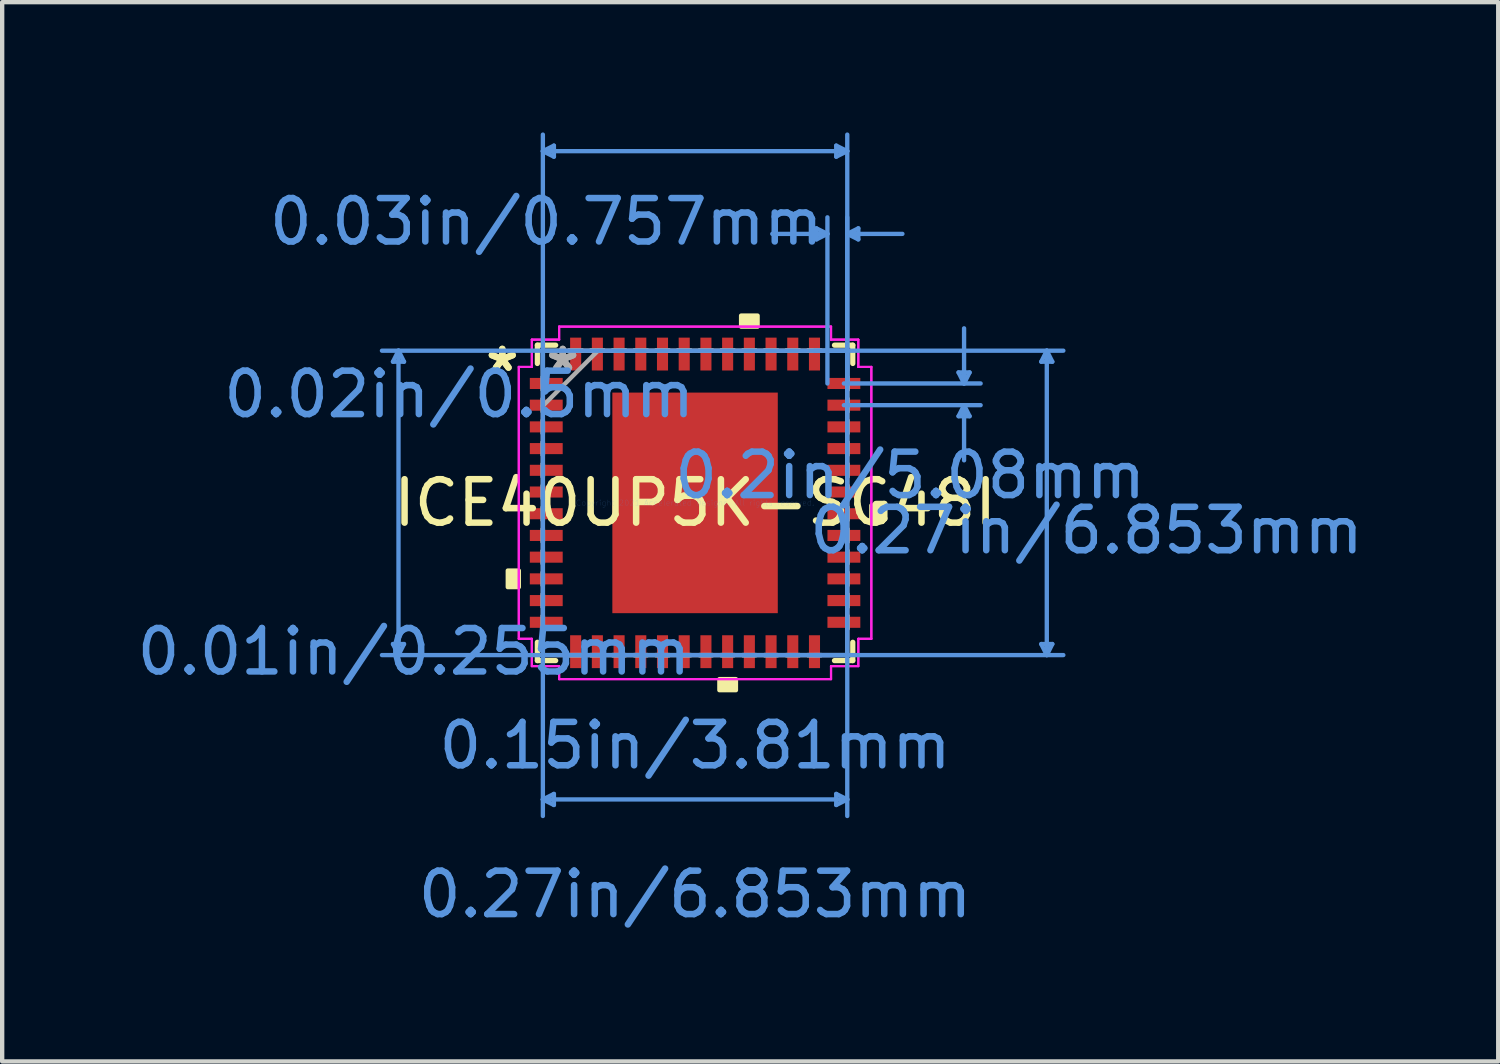
<source format=kicad_pcb>
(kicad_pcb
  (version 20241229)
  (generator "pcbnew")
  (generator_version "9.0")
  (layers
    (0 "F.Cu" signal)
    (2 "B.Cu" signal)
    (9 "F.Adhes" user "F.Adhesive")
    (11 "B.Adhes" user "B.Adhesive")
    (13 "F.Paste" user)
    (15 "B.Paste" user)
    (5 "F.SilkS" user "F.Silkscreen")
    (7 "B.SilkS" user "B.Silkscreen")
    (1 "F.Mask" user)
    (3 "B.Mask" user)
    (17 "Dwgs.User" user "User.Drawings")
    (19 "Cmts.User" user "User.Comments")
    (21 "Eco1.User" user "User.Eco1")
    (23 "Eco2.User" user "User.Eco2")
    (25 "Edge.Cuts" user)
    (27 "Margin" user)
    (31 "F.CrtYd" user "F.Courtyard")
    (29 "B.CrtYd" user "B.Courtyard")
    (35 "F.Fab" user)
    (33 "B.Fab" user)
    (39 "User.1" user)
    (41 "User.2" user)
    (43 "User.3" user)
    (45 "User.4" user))
  (footprint "ICE40UP5K-SG48I"
    (layer "F.Cu")
    (at 12.957 8.531)
    (property "Reference" "ICE40UP5K-SG48I" (at 0 0 0) (layer "F.SilkS") (effects (font (size 1 1) (thickness 0.15))))
    (attr through_hole)
    (fp_line (start -3.632 -3.632) (end -3.632 -3.21) (stroke (width 0.12) (type solid)) (layer "F.SilkS"))
    (fp_line (start -3.632 3.21) (end -3.632 3.632) (stroke (width 0.12) (type solid)) (layer "F.SilkS"))
    (fp_line (start -3.632 3.632) (end -3.21 3.632) (stroke (width 0.12) (type solid)) (layer "F.SilkS"))
    (fp_line (start -3.21 -3.632) (end -3.632 -3.632) (stroke (width 0.12) (type solid)) (layer "F.SilkS"))
    (fp_line (start 3.21 3.632) (end 3.632 3.632) (stroke (width 0.12) (type solid)) (layer "F.SilkS"))
    (fp_line (start 3.632 -3.632) (end 3.21 -3.632) (stroke (width 0.12) (type solid)) (layer "F.SilkS"))
    (fp_line (start 3.632 -3.21) (end 3.632 -3.632) (stroke (width 0.12) (type solid)) (layer "F.SilkS"))
    (fp_line (start 3.632 3.632) (end 3.632 3.21) (stroke (width 0.12) (type solid)) (layer "F.SilkS"))
    (fp_poly (pts (xy -4.313 1.559) (xy -4.313 1.94) (xy -4.059 1.94) (xy -4.059 1.559)) (stroke (width 0.1) (type solid)) (fill yes) (layer "F.SilkS"))
    (fp_poly (pts (xy 0.56 4.059) (xy 0.56 4.313) (xy 0.941 4.313) (xy 0.941 4.059)) (stroke (width 0.1) (type solid)) (fill yes) (layer "F.SilkS"))
    (fp_poly (pts (xy 1.06 -4.059) (xy 1.06 -4.313) (xy 1.44 -4.313) (xy 1.44 -4.059)) (stroke (width 0.1) (type solid)) (fill yes) (layer "F.SilkS"))
    (fp_poly (pts (xy 4.313 0.059) (xy 4.313 0.441) (xy 4.059 0.441) (xy 4.059 0.059)) (stroke (width 0.1) (type solid)) (fill yes) (layer "F.SilkS"))
    (fp_poly (pts (xy -1.805 -2.44) (xy -1.805 -1.37) (xy -0.735 -1.37) (xy -0.735 -2.44)) (stroke (width 0.1) (type solid)) (fill yes) (layer "F.Paste"))
    (fp_poly (pts (xy -1.805 -1.17) (xy -1.805 -0.1) (xy -0.735 -0.1) (xy -0.735 -1.17)) (stroke (width 0.1) (type solid)) (fill yes) (layer "F.Paste"))
    (fp_poly (pts (xy -1.805 0.1) (xy -1.805 1.17) (xy -0.735 1.17) (xy -0.735 0.1)) (stroke (width 0.1) (type solid)) (fill yes) (layer "F.Paste"))
    (fp_poly (pts (xy -1.805 1.37) (xy -1.805 2.44) (xy -0.735 2.44) (xy -0.735 1.37)) (stroke (width 0.1) (type solid)) (fill yes) (layer "F.Paste"))
    (fp_poly (pts (xy -0.535 -2.44) (xy -0.535 -1.37) (xy 0.535 -1.37) (xy 0.535 -2.44)) (stroke (width 0.1) (type solid)) (fill yes) (layer "F.Paste"))
    (fp_poly (pts (xy -0.535 -1.17) (xy -0.535 -0.1) (xy 0.535 -0.1) (xy 0.535 -1.17)) (stroke (width 0.1) (type solid)) (fill yes) (layer "F.Paste"))
    (fp_poly (pts (xy -0.535 0.1) (xy -0.535 1.17) (xy 0.535 1.17) (xy 0.535 0.1)) (stroke (width 0.1) (type solid)) (fill yes) (layer "F.Paste"))
    (fp_poly (pts (xy -0.535 1.37) (xy -0.535 2.44) (xy 0.535 2.44) (xy 0.535 1.37)) (stroke (width 0.1) (type solid)) (fill yes) (layer "F.Paste"))
    (fp_poly (pts (xy 0.735 -2.44) (xy 0.735 -1.37) (xy 1.805 -1.37) (xy 1.805 -2.44)) (stroke (width 0.1) (type solid)) (fill yes) (layer "F.Paste"))
    (fp_poly (pts (xy 0.735 -1.17) (xy 0.735 -0.1) (xy 1.805 -0.1) (xy 1.805 -1.17)) (stroke (width 0.1) (type solid)) (fill yes) (layer "F.Paste"))
    (fp_poly (pts (xy 0.735 0.1) (xy 0.735 1.17) (xy 1.805 1.17) (xy 1.805 0.1)) (stroke (width 0.1) (type solid)) (fill yes) (layer "F.Paste"))
    (fp_poly (pts (xy 0.735 1.37) (xy 0.735 2.44) (xy 1.805 2.44) (xy 1.805 1.37)) (stroke (width 0.1) (type solid)) (fill yes) (layer "F.Paste"))
    (fp_line (start -6.957 -3.251) (end -6.703 -3.251) (stroke (width 0.1) (type solid)) (layer "Cmts.User"))
    (fp_line (start -6.957 3.251) (end -6.703 3.251) (stroke (width 0.1) (type solid)) (layer "Cmts.User"))
    (fp_line (start -6.83 -3.505) (end -6.957 -3.251) (stroke (width 0.1) (type solid)) (layer "Cmts.User"))
    (fp_line (start -6.83 -3.505) (end -6.83 3.505) (stroke (width 0.1) (type solid)) (layer "Cmts.User"))
    (fp_line (start -6.83 -3.505) (end -6.703 -3.251) (stroke (width 0.1) (type solid)) (layer "Cmts.User"))
    (fp_line (start -6.83 3.505) (end -6.957 3.251) (stroke (width 0.1) (type solid)) (layer "Cmts.User"))
    (fp_line (start -6.83 3.505) (end -6.703 3.251) (stroke (width 0.1) (type solid)) (layer "Cmts.User"))
    (fp_line (start -3.505 -8.1) (end -3.251 -8.227) (stroke (width 0.1) (type solid)) (layer "Cmts.User"))
    (fp_line (start -3.505 -8.1) (end -3.251 -7.973) (stroke (width 0.1) (type solid)) (layer "Cmts.User"))
    (fp_line (start -3.505 -8.1) (end 3.505 -8.1) (stroke (width 0.1) (type solid)) (layer "Cmts.User"))
    (fp_line (start -3.505 -3.505) (end -3.505 7.211) (stroke (width 0.1) (type solid)) (layer "Cmts.User"))
    (fp_line (start -3.505 -2.75) (end -3.505 -8.481) (stroke (width 0.1) (type solid)) (layer "Cmts.User"))
    (fp_line (start -3.505 6.83) (end -3.251 6.703) (stroke (width 0.1) (type solid)) (layer "Cmts.User"))
    (fp_line (start -3.505 6.83) (end -3.251 6.957) (stroke (width 0.1) (type solid)) (layer "Cmts.User"))
    (fp_line (start -3.505 6.83) (end 3.505 6.83) (stroke (width 0.1) (type solid)) (layer "Cmts.User"))
    (fp_line (start -3.251 -8.227) (end -3.251 -7.973) (stroke (width 0.1) (type solid)) (layer "Cmts.User"))
    (fp_line (start -3.251 6.703) (end -3.251 6.957) (stroke (width 0.1) (type solid)) (layer "Cmts.User"))
    (fp_line (start 2.75 -3.505) (end 8.481 -3.505) (stroke (width 0.1) (type solid)) (layer "Cmts.User"))
    (fp_line (start 2.75 3.505) (end 8.481 3.505) (stroke (width 0.1) (type solid)) (layer "Cmts.User"))
    (fp_line (start 2.794 -6.322) (end 2.794 -6.068) (stroke (width 0.1) (type solid)) (layer "Cmts.User"))
    (fp_line (start 3.048 -6.195) (end 1.778 -6.195) (stroke (width 0.1) (type solid)) (layer "Cmts.User"))
    (fp_line (start 3.048 -6.195) (end 2.794 -6.322) (stroke (width 0.1) (type solid)) (layer "Cmts.User"))
    (fp_line (start 3.048 -6.195) (end 2.794 -6.068) (stroke (width 0.1) (type solid)) (layer "Cmts.User"))
    (fp_line (start 3.048 -2.75) (end 3.048 -6.576) (stroke (width 0.1) (type solid)) (layer "Cmts.User"))
    (fp_line (start 3.251 -8.227) (end 3.251 -7.973) (stroke (width 0.1) (type solid)) (layer "Cmts.User"))
    (fp_line (start 3.251 6.703) (end 3.251 6.957) (stroke (width 0.1) (type solid)) (layer "Cmts.User"))
    (fp_line (start 3.427 -2.75) (end 6.576 -2.75) (stroke (width 0.1) (type solid)) (layer "Cmts.User"))
    (fp_line (start 3.427 -2.25) (end 6.576 -2.25) (stroke (width 0.1) (type solid)) (layer "Cmts.User"))
    (fp_line (start 3.505 -8.1) (end 3.251 -8.227) (stroke (width 0.1) (type solid)) (layer "Cmts.User"))
    (fp_line (start 3.505 -8.1) (end 3.251 -7.973) (stroke (width 0.1) (type solid)) (layer "Cmts.User"))
    (fp_line (start 3.505 -6.195) (end 3.759 -6.322) (stroke (width 0.1) (type solid)) (layer "Cmts.User"))
    (fp_line (start 3.505 -6.195) (end 3.759 -6.068) (stroke (width 0.1) (type solid)) (layer "Cmts.User"))
    (fp_line (start 3.505 -6.195) (end 4.775 -6.195) (stroke (width 0.1) (type solid)) (layer "Cmts.User"))
    (fp_line (start 3.505 -3.505) (end -7.211 -3.505) (stroke (width 0.1) (type solid)) (layer "Cmts.User"))
    (fp_line (start 3.505 -3.505) (end 3.505 7.211) (stroke (width 0.1) (type solid)) (layer "Cmts.User"))
    (fp_line (start 3.505 -2.75) (end 3.505 -8.481) (stroke (width 0.1) (type solid)) (layer "Cmts.User"))
    (fp_line (start 3.505 -2.75) (end 3.505 -6.576) (stroke (width 0.1) (type solid)) (layer "Cmts.User"))
    (fp_line (start 3.505 3.505) (end -7.211 3.505) (stroke (width 0.1) (type solid)) (layer "Cmts.User"))
    (fp_line (start 3.505 6.83) (end 3.251 6.703) (stroke (width 0.1) (type solid)) (layer "Cmts.User"))
    (fp_line (start 3.505 6.83) (end 3.251 6.957) (stroke (width 0.1) (type solid)) (layer "Cmts.User"))
    (fp_line (start 3.759 -6.322) (end 3.759 -6.068) (stroke (width 0.1) (type solid)) (layer "Cmts.User"))
    (fp_line (start 6.068 -3.004) (end 6.322 -3.004) (stroke (width 0.1) (type solid)) (layer "Cmts.User"))
    (fp_line (start 6.068 -1.996) (end 6.322 -1.996) (stroke (width 0.1) (type solid)) (layer "Cmts.User"))
    (fp_line (start 6.195 -2.75) (end 6.068 -3.004) (stroke (width 0.1) (type solid)) (layer "Cmts.User"))
    (fp_line (start 6.195 -2.75) (end 6.195 -4.02) (stroke (width 0.1) (type solid)) (layer "Cmts.User"))
    (fp_line (start 6.195 -2.75) (end 6.322 -3.004) (stroke (width 0.1) (type solid)) (layer "Cmts.User"))
    (fp_line (start 6.195 -2.25) (end 6.068 -1.996) (stroke (width 0.1) (type solid)) (layer "Cmts.User"))
    (fp_line (start 6.195 -2.25) (end 6.195 -0.98) (stroke (width 0.1) (type solid)) (layer "Cmts.User"))
    (fp_line (start 6.195 -2.25) (end 6.322 -1.996) (stroke (width 0.1) (type solid)) (layer "Cmts.User"))
    (fp_line (start 7.973 -3.251) (end 8.227 -3.251) (stroke (width 0.1) (type solid)) (layer "Cmts.User"))
    (fp_line (start 7.973 3.251) (end 8.227 3.251) (stroke (width 0.1) (type solid)) (layer "Cmts.User"))
    (fp_line (start 8.1 -3.505) (end 7.973 -3.251) (stroke (width 0.1) (type solid)) (layer "Cmts.User"))
    (fp_line (start 8.1 -3.505) (end 8.1 3.505) (stroke (width 0.1) (type solid)) (layer "Cmts.User"))
    (fp_line (start 8.1 -3.505) (end 8.227 -3.251) (stroke (width 0.1) (type solid)) (layer "Cmts.User"))
    (fp_line (start 8.1 3.505) (end 7.973 3.251) (stroke (width 0.1) (type solid)) (layer "Cmts.User"))
    (fp_line (start 8.1 3.505) (end 8.227 3.251) (stroke (width 0.1) (type solid)) (layer "Cmts.User"))
    (fp_line (start -4.059 -3.131) (end -3.759 -3.131) (stroke (width 0.05) (type solid)) (layer "F.CrtYd"))
    (fp_line (start -4.059 -3.131) (end -3.759 -3.131) (stroke (width 0.05) (type solid)) (layer "F.CrtYd"))
    (fp_line (start -4.059 3.131) (end -4.059 -3.131) (stroke (width 0.05) (type solid)) (layer "F.CrtYd"))
    (fp_line (start -4.059 3.131) (end -4.059 -3.131) (stroke (width 0.05) (type solid)) (layer "F.CrtYd"))
    (fp_line (start -3.759 -3.759) (end -3.131 -3.759) (stroke (width 0.05) (type solid)) (layer "F.CrtYd"))
    (fp_line (start -3.759 -3.759) (end -3.131 -3.759) (stroke (width 0.05) (type solid)) (layer "F.CrtYd"))
    (fp_line (start -3.759 -3.131) (end -3.759 -3.759) (stroke (width 0.05) (type solid)) (layer "F.CrtYd"))
    (fp_line (start -3.759 -3.131) (end -3.759 -3.759) (stroke (width 0.05) (type solid)) (layer "F.CrtYd"))
    (fp_line (start -3.759 3.131) (end -4.059 3.131) (stroke (width 0.05) (type solid)) (layer "F.CrtYd"))
    (fp_line (start -3.759 3.131) (end -4.059 3.131) (stroke (width 0.05) (type solid)) (layer "F.CrtYd"))
    (fp_line (start -3.759 3.759) (end -3.759 3.131) (stroke (width 0.05) (type solid)) (layer "F.CrtYd"))
    (fp_line (start -3.759 3.759) (end -3.759 3.131) (stroke (width 0.05) (type solid)) (layer "F.CrtYd"))
    (fp_line (start -3.131 -4.059) (end 3.131 -4.059) (stroke (width 0.05) (type solid)) (layer "F.CrtYd"))
    (fp_line (start -3.131 -4.059) (end 3.131 -4.059) (stroke (width 0.05) (type solid)) (layer "F.CrtYd"))
    (fp_line (start -3.131 -3.759) (end -3.131 -4.059) (stroke (width 0.05) (type solid)) (layer "F.CrtYd"))
    (fp_line (start -3.131 -3.759) (end -3.131 -4.059) (stroke (width 0.05) (type solid)) (layer "F.CrtYd"))
    (fp_line (start -3.131 3.759) (end -3.759 3.759) (stroke (width 0.05) (type solid)) (layer "F.CrtYd"))
    (fp_line (start -3.131 3.759) (end -3.759 3.759) (stroke (width 0.05) (type solid)) (layer "F.CrtYd"))
    (fp_line (start -3.131 4.059) (end -3.131 3.759) (stroke (width 0.05) (type solid)) (layer "F.CrtYd"))
    (fp_line (start -3.131 4.059) (end -3.131 3.759) (stroke (width 0.05) (type solid)) (layer "F.CrtYd"))
    (fp_line (start 3.131 -4.059) (end 3.131 -3.759) (stroke (width 0.05) (type solid)) (layer "F.CrtYd"))
    (fp_line (start 3.131 -4.059) (end 3.131 -3.759) (stroke (width 0.05) (type solid)) (layer "F.CrtYd"))
    (fp_line (start 3.131 -3.759) (end 3.759 -3.759) (stroke (width 0.05) (type solid)) (layer "F.CrtYd"))
    (fp_line (start 3.131 -3.759) (end 3.759 -3.759) (stroke (width 0.05) (type solid)) (layer "F.CrtYd"))
    (fp_line (start 3.131 3.759) (end 3.131 4.059) (stroke (width 0.05) (type solid)) (layer "F.CrtYd"))
    (fp_line (start 3.131 3.759) (end 3.131 4.059) (stroke (width 0.05) (type solid)) (layer "F.CrtYd"))
    (fp_line (start 3.131 4.059) (end -3.131 4.059) (stroke (width 0.05) (type solid)) (layer "F.CrtYd"))
    (fp_line (start 3.131 4.059) (end -3.131 4.059) (stroke (width 0.05) (type solid)) (layer "F.CrtYd"))
    (fp_line (start 3.759 -3.759) (end 3.759 -3.131) (stroke (width 0.05) (type solid)) (layer "F.CrtYd"))
    (fp_line (start 3.759 -3.759) (end 3.759 -3.131) (stroke (width 0.05) (type solid)) (layer "F.CrtYd"))
    (fp_line (start 3.759 -3.131) (end 4.059 -3.131) (stroke (width 0.05) (type solid)) (layer "F.CrtYd"))
    (fp_line (start 3.759 -3.131) (end 4.059 -3.131) (stroke (width 0.05) (type solid)) (layer "F.CrtYd"))
    (fp_line (start 3.759 3.131) (end 3.759 3.759) (stroke (width 0.05) (type solid)) (layer "F.CrtYd"))
    (fp_line (start 3.759 3.131) (end 3.759 3.759) (stroke (width 0.05) (type solid)) (layer "F.CrtYd"))
    (fp_line (start 3.759 3.759) (end 3.131 3.759) (stroke (width 0.05) (type solid)) (layer "F.CrtYd"))
    (fp_line (start 3.759 3.759) (end 3.131 3.759) (stroke (width 0.05) (type solid)) (layer "F.CrtYd"))
    (fp_line (start 4.059 -3.131) (end 4.059 3.131) (stroke (width 0.05) (type solid)) (layer "F.CrtYd"))
    (fp_line (start 4.059 -3.131) (end 4.059 3.131) (stroke (width 0.05) (type solid)) (layer "F.CrtYd"))
    (fp_line (start 4.059 3.131) (end 3.759 3.131) (stroke (width 0.05) (type solid)) (layer "F.CrtYd"))
    (fp_line (start 4.059 3.131) (end 3.759 3.131) (stroke (width 0.05) (type solid)) (layer "F.CrtYd"))
    (fp_line (start -3.505 -3.505) (end -3.505 -3.505) (stroke (width 0.1) (type solid)) (layer "F.Fab"))
    (fp_line (start -3.505 -3.505) (end -3.505 3.505) (stroke (width 0.1) (type solid)) (layer "F.Fab"))
    (fp_line (start -3.505 -2.902) (end -3.505 -2.902) (stroke (width 0.1) (type solid)) (layer "F.Fab"))
    (fp_line (start -3.505 -2.902) (end -3.505 -2.598) (stroke (width 0.1) (type solid)) (layer "F.Fab"))
    (fp_line (start -3.505 -2.598) (end -3.505 -2.902) (stroke (width 0.1) (type solid)) (layer "F.Fab"))
    (fp_line (start -3.505 -2.598) (end -3.505 -2.598) (stroke (width 0.1) (type solid)) (layer "F.Fab"))
    (fp_line (start -3.505 -2.402) (end -3.505 -2.402) (stroke (width 0.1) (type solid)) (layer "F.Fab"))
    (fp_line (start -3.505 -2.402) (end -3.505 -2.098) (stroke (width 0.1) (type solid)) (layer "F.Fab"))
    (fp_line (start -3.505 -2.235) (end -2.235 -3.505) (stroke (width 0.1) (type solid)) (layer "F.Fab"))
    (fp_line (start -3.505 -2.098) (end -3.505 -2.402) (stroke (width 0.1) (type solid)) (layer "F.Fab"))
    (fp_line (start -3.505 -2.098) (end -3.505 -2.098) (stroke (width 0.1) (type solid)) (layer "F.Fab"))
    (fp_line (start -3.505 -1.902) (end -3.505 -1.902) (stroke (width 0.1) (type solid)) (layer "F.Fab"))
    (fp_line (start -3.505 -1.902) (end -3.505 -1.598) (stroke (width 0.1) (type solid)) (layer "F.Fab"))
    (fp_line (start -3.505 -1.598) (end -3.505 -1.902) (stroke (width 0.1) (type solid)) (layer "F.Fab"))
    (fp_line (start -3.505 -1.598) (end -3.505 -1.598) (stroke (width 0.1) (type solid)) (layer "F.Fab"))
    (fp_line (start -3.505 -1.402) (end -3.505 -1.402) (stroke (width 0.1) (type solid)) (layer "F.Fab"))
    (fp_line (start -3.505 -1.402) (end -3.505 -1.098) (stroke (width 0.1) (type solid)) (layer "F.Fab"))
    (fp_line (start -3.505 -1.098) (end -3.505 -1.402) (stroke (width 0.1) (type solid)) (layer "F.Fab"))
    (fp_line (start -3.505 -1.098) (end -3.505 -1.098) (stroke (width 0.1) (type solid)) (layer "F.Fab"))
    (fp_line (start -3.505 -0.902) (end -3.505 -0.902) (stroke (width 0.1) (type solid)) (layer "F.Fab"))
    (fp_line (start -3.505 -0.902) (end -3.505 -0.598) (stroke (width 0.1) (type solid)) (layer "F.Fab"))
    (fp_line (start -3.505 -0.598) (end -3.505 -0.902) (stroke (width 0.1) (type solid)) (layer "F.Fab"))
    (fp_line (start -3.505 -0.598) (end -3.505 -0.598) (stroke (width 0.1) (type solid)) (layer "F.Fab"))
    (fp_line (start -3.505 -0.402) (end -3.505 -0.402) (stroke (width 0.1) (type solid)) (layer "F.Fab"))
    (fp_line (start -3.505 -0.402) (end -3.505 -0.098) (stroke (width 0.1) (type solid)) (layer "F.Fab"))
    (fp_line (start -3.505 -0.098) (end -3.505 -0.402) (stroke (width 0.1) (type solid)) (layer "F.Fab"))
    (fp_line (start -3.505 -0.098) (end -3.505 -0.098) (stroke (width 0.1) (type solid)) (layer "F.Fab"))
    (fp_line (start -3.505 0.098) (end -3.505 0.098) (stroke (width 0.1) (type solid)) (layer "F.Fab"))
    (fp_line (start -3.505 0.098) (end -3.505 0.402) (stroke (width 0.1) (type solid)) (layer "F.Fab"))
    (fp_line (start -3.505 0.402) (end -3.505 0.098) (stroke (width 0.1) (type solid)) (layer "F.Fab"))
    (fp_line (start -3.505 0.402) (end -3.505 0.402) (stroke (width 0.1) (type solid)) (layer "F.Fab"))
    (fp_line (start -3.505 0.598) (end -3.505 0.598) (stroke (width 0.1) (type solid)) (layer "F.Fab"))
    (fp_line (start -3.505 0.598) (end -3.505 0.902) (stroke (width 0.1) (type solid)) (layer "F.Fab"))
    (fp_line (start -3.505 0.902) (end -3.505 0.598) (stroke (width 0.1) (type solid)) (layer "F.Fab"))
    (fp_line (start -3.505 0.902) (end -3.505 0.902) (stroke (width 0.1) (type solid)) (layer "F.Fab"))
    (fp_line (start -3.505 1.098) (end -3.505 1.098) (stroke (width 0.1) (type solid)) (layer "F.Fab"))
    (fp_line (start -3.505 1.098) (end -3.505 1.402) (stroke (width 0.1) (type solid)) (layer "F.Fab"))
    (fp_line (start -3.505 1.402) (end -3.505 1.098) (stroke (width 0.1) (type solid)) (layer "F.Fab"))
    (fp_line (start -3.505 1.402) (end -3.505 1.402) (stroke (width 0.1) (type solid)) (layer "F.Fab"))
    (fp_line (start -3.505 1.598) (end -3.505 1.598) (stroke (width 0.1) (type solid)) (layer "F.Fab"))
    (fp_line (start -3.505 1.598) (end -3.505 1.902) (stroke (width 0.1) (type solid)) (layer "F.Fab"))
    (fp_line (start -3.505 1.902) (end -3.505 1.598) (stroke (width 0.1) (type solid)) (layer "F.Fab"))
    (fp_line (start -3.505 1.902) (end -3.505 1.902) (stroke (width 0.1) (type solid)) (layer "F.Fab"))
    (fp_line (start -3.505 2.098) (end -3.505 2.098) (stroke (width 0.1) (type solid)) (layer "F.Fab"))
    (fp_line (start -3.505 2.098) (end -3.505 2.402) (stroke (width 0.1) (type solid)) (layer "F.Fab"))
    (fp_line (start -3.505 2.402) (end -3.505 2.098) (stroke (width 0.1) (type solid)) (layer "F.Fab"))
    (fp_line (start -3.505 2.402) (end -3.505 2.402) (stroke (width 0.1) (type solid)) (layer "F.Fab"))
    (fp_line (start -3.505 2.598) (end -3.505 2.598) (stroke (width 0.1) (type solid)) (layer "F.Fab"))
    (fp_line (start -3.505 2.598) (end -3.505 2.902) (stroke (width 0.1) (type solid)) (layer "F.Fab"))
    (fp_line (start -3.505 2.902) (end -3.505 2.598) (stroke (width 0.1) (type solid)) (layer "F.Fab"))
    (fp_line (start -3.505 2.902) (end -3.505 2.902) (stroke (width 0.1) (type solid)) (layer "F.Fab"))
    (fp_line (start -3.505 3.505) (end -3.505 3.505) (stroke (width 0.1) (type solid)) (layer "F.Fab"))
    (fp_line (start -3.505 3.505) (end 3.505 3.505) (stroke (width 0.1) (type solid)) (layer "F.Fab"))
    (fp_line (start -2.902 -3.505) (end -2.902 -3.505) (stroke (width 0.1) (type solid)) (layer "F.Fab"))
    (fp_line (start -2.902 -3.505) (end -2.598 -3.505) (stroke (width 0.1) (type solid)) (layer "F.Fab"))
    (fp_line (start -2.902 3.505) (end -2.902 3.505) (stroke (width 0.1) (type solid)) (layer "F.Fab"))
    (fp_line (start -2.902 3.505) (end -2.598 3.505) (stroke (width 0.1) (type solid)) (layer "F.Fab"))
    (fp_line (start -2.598 -3.505) (end -2.902 -3.505) (stroke (width 0.1) (type solid)) (layer "F.Fab"))
    (fp_line (start -2.598 -3.505) (end -2.598 -3.505) (stroke (width 0.1) (type solid)) (layer "F.Fab"))
    (fp_line (start -2.598 3.505) (end -2.902 3.505) (stroke (width 0.1) (type solid)) (layer "F.Fab"))
    (fp_line (start -2.598 3.505) (end -2.598 3.505) (stroke (width 0.1) (type solid)) (layer "F.Fab"))
    (fp_line (start -2.402 -3.505) (end -2.402 -3.505) (stroke (width 0.1) (type solid)) (layer "F.Fab"))
    (fp_line (start -2.402 -3.505) (end -2.098 -3.505) (stroke (width 0.1) (type solid)) (layer "F.Fab"))
    (fp_line (start -2.402 3.505) (end -2.402 3.505) (stroke (width 0.1) (type solid)) (layer "F.Fab"))
    (fp_line (start -2.402 3.505) (end -2.098 3.505) (stroke (width 0.1) (type solid)) (layer "F.Fab"))
    (fp_line (start -2.098 -3.505) (end -2.402 -3.505) (stroke (width 0.1) (type solid)) (layer "F.Fab"))
    (fp_line (start -2.098 -3.505) (end -2.098 -3.505) (stroke (width 0.1) (type solid)) (layer "F.Fab"))
    (fp_line (start -2.098 3.505) (end -2.402 3.505) (stroke (width 0.1) (type solid)) (layer "F.Fab"))
    (fp_line (start -2.098 3.505) (end -2.098 3.505) (stroke (width 0.1) (type solid)) (layer "F.Fab"))
    (fp_line (start -1.902 -3.505) (end -1.902 -3.505) (stroke (width 0.1) (type solid)) (layer "F.Fab"))
    (fp_line (start -1.902 -3.505) (end -1.598 -3.505) (stroke (width 0.1) (type solid)) (layer "F.Fab"))
    (fp_line (start -1.902 3.505) (end -1.902 3.505) (stroke (width 0.1) (type solid)) (layer "F.Fab"))
    (fp_line (start -1.902 3.505) (end -1.598 3.505) (stroke (width 0.1) (type solid)) (layer "F.Fab"))
    (fp_line (start -1.598 -3.505) (end -1.902 -3.505) (stroke (width 0.1) (type solid)) (layer "F.Fab"))
    (fp_line (start -1.598 -3.505) (end -1.598 -3.505) (stroke (width 0.1) (type solid)) (layer "F.Fab"))
    (fp_line (start -1.598 3.505) (end -1.902 3.505) (stroke (width 0.1) (type solid)) (layer "F.Fab"))
    (fp_line (start -1.598 3.505) (end -1.598 3.505) (stroke (width 0.1) (type solid)) (layer "F.Fab"))
    (fp_line (start -1.402 -3.505) (end -1.402 -3.505) (stroke (width 0.1) (type solid)) (layer "F.Fab"))
    (fp_line (start -1.402 -3.505) (end -1.098 -3.505) (stroke (width 0.1) (type solid)) (layer "F.Fab"))
    (fp_line (start -1.402 3.505) (end -1.402 3.505) (stroke (width 0.1) (type solid)) (layer "F.Fab"))
    (fp_line (start -1.402 3.505) (end -1.098 3.505) (stroke (width 0.1) (type solid)) (layer "F.Fab"))
    (fp_line (start -1.098 -3.505) (end -1.402 -3.505) (stroke (width 0.1) (type solid)) (layer "F.Fab"))
    (fp_line (start -1.098 -3.505) (end -1.098 -3.505) (stroke (width 0.1) (type solid)) (layer "F.Fab"))
    (fp_line (start -1.098 3.505) (end -1.402 3.505) (stroke (width 0.1) (type solid)) (layer "F.Fab"))
    (fp_line (start -1.098 3.505) (end -1.098 3.505) (stroke (width 0.1) (type solid)) (layer "F.Fab"))
    (fp_line (start -0.902 -3.505) (end -0.902 -3.505) (stroke (width 0.1) (type solid)) (layer "F.Fab"))
    (fp_line (start -0.902 -3.505) (end -0.598 -3.505) (stroke (width 0.1) (type solid)) (layer "F.Fab"))
    (fp_line (start -0.902 3.505) (end -0.902 3.505) (stroke (width 0.1) (type solid)) (layer "F.Fab"))
    (fp_line (start -0.902 3.505) (end -0.598 3.505) (stroke (width 0.1) (type solid)) (layer "F.Fab"))
    (fp_line (start -0.598 -3.505) (end -0.902 -3.505) (stroke (width 0.1) (type solid)) (layer "F.Fab"))
    (fp_line (start -0.598 -3.505) (end -0.598 -3.505) (stroke (width 0.1) (type solid)) (layer "F.Fab"))
    (fp_line (start -0.598 3.505) (end -0.902 3.505) (stroke (width 0.1) (type solid)) (layer "F.Fab"))
    (fp_line (start -0.598 3.505) (end -0.598 3.505) (stroke (width 0.1) (type solid)) (layer "F.Fab"))
    (fp_line (start -0.402 -3.505) (end -0.402 -3.505) (stroke (width 0.1) (type solid)) (layer "F.Fab"))
    (fp_line (start -0.402 -3.505) (end -0.098 -3.505) (stroke (width 0.1) (type solid)) (layer "F.Fab"))
    (fp_line (start -0.402 3.505) (end -0.402 3.505) (stroke (width 0.1) (type solid)) (layer "F.Fab"))
    (fp_line (start -0.402 3.505) (end -0.098 3.505) (stroke (width 0.1) (type solid)) (layer "F.Fab"))
    (fp_line (start -0.098 -3.505) (end -0.402 -3.505) (stroke (width 0.1) (type solid)) (layer "F.Fab"))
    (fp_line (start -0.098 -3.505) (end -0.098 -3.505) (stroke (width 0.1) (type solid)) (layer "F.Fab"))
    (fp_line (start -0.098 3.505) (end -0.402 3.505) (stroke (width 0.1) (type solid)) (layer "F.Fab"))
    (fp_line (start -0.098 3.505) (end -0.098 3.505) (stroke (width 0.1) (type solid)) (layer "F.Fab"))
    (fp_line (start 0.098 -3.505) (end 0.098 -3.505) (stroke (width 0.1) (type solid)) (layer "F.Fab"))
    (fp_line (start 0.098 -3.505) (end 0.402 -3.505) (stroke (width 0.1) (type solid)) (layer "F.Fab"))
    (fp_line (start 0.098 3.505) (end 0.098 3.505) (stroke (width 0.1) (type solid)) (layer "F.Fab"))
    (fp_line (start 0.098 3.505) (end 0.402 3.505) (stroke (width 0.1) (type solid)) (layer "F.Fab"))
    (fp_line (start 0.402 -3.505) (end 0.098 -3.505) (stroke (width 0.1) (type solid)) (layer "F.Fab"))
    (fp_line (start 0.402 -3.505) (end 0.402 -3.505) (stroke (width 0.1) (type solid)) (layer "F.Fab"))
    (fp_line (start 0.402 3.505) (end 0.098 3.505) (stroke (width 0.1) (type solid)) (layer "F.Fab"))
    (fp_line (start 0.402 3.505) (end 0.402 3.505) (stroke (width 0.1) (type solid)) (layer "F.Fab"))
    (fp_line (start 0.598 -3.505) (end 0.598 -3.505) (stroke (width 0.1) (type solid)) (layer "F.Fab"))
    (fp_line (start 0.598 -3.505) (end 0.902 -3.505) (stroke (width 0.1) (type solid)) (layer "F.Fab"))
    (fp_line (start 0.598 3.505) (end 0.598 3.505) (stroke (width 0.1) (type solid)) (layer "F.Fab"))
    (fp_line (start 0.598 3.505) (end 0.902 3.505) (stroke (width 0.1) (type solid)) (layer "F.Fab"))
    (fp_line (start 0.902 -3.505) (end 0.598 -3.505) (stroke (width 0.1) (type solid)) (layer "F.Fab"))
    (fp_line (start 0.902 -3.505) (end 0.902 -3.505) (stroke (width 0.1) (type solid)) (layer "F.Fab"))
    (fp_line (start 0.902 3.505) (end 0.598 3.505) (stroke (width 0.1) (type solid)) (layer "F.Fab"))
    (fp_line (start 0.902 3.505) (end 0.902 3.505) (stroke (width 0.1) (type solid)) (layer "F.Fab"))
    (fp_line (start 1.098 -3.505) (end 1.098 -3.505) (stroke (width 0.1) (type solid)) (layer "F.Fab"))
    (fp_line (start 1.098 -3.505) (end 1.402 -3.505) (stroke (width 0.1) (type solid)) (layer "F.Fab"))
    (fp_line (start 1.098 3.505) (end 1.098 3.505) (stroke (width 0.1) (type solid)) (layer "F.Fab"))
    (fp_line (start 1.098 3.505) (end 1.402 3.505) (stroke (width 0.1) (type solid)) (layer "F.Fab"))
    (fp_line (start 1.402 -3.505) (end 1.098 -3.505) (stroke (width 0.1) (type solid)) (layer "F.Fab"))
    (fp_line (start 1.402 -3.505) (end 1.402 -3.505) (stroke (width 0.1) (type solid)) (layer "F.Fab"))
    (fp_line (start 1.402 3.505) (end 1.098 3.505) (stroke (width 0.1) (type solid)) (layer "F.Fab"))
    (fp_line (start 1.402 3.505) (end 1.402 3.505) (stroke (width 0.1) (type solid)) (layer "F.Fab"))
    (fp_line (start 1.598 -3.505) (end 1.598 -3.505) (stroke (width 0.1) (type solid)) (layer "F.Fab"))
    (fp_line (start 1.598 -3.505) (end 1.902 -3.505) (stroke (width 0.1) (type solid)) (layer "F.Fab"))
    (fp_line (start 1.598 3.505) (end 1.598 3.505) (stroke (width 0.1) (type solid)) (layer "F.Fab"))
    (fp_line (start 1.598 3.505) (end 1.902 3.505) (stroke (width 0.1) (type solid)) (layer "F.Fab"))
    (fp_line (start 1.902 -3.505) (end 1.598 -3.505) (stroke (width 0.1) (type solid)) (layer "F.Fab"))
    (fp_line (start 1.902 -3.505) (end 1.902 -3.505) (stroke (width 0.1) (type solid)) (layer "F.Fab"))
    (fp_line (start 1.902 3.505) (end 1.598 3.505) (stroke (width 0.1) (type solid)) (layer "F.Fab"))
    (fp_line (start 1.902 3.505) (end 1.902 3.505) (stroke (width 0.1) (type solid)) (layer "F.Fab"))
    (fp_line (start 2.098 -3.505) (end 2.098 -3.505) (stroke (width 0.1) (type solid)) (layer "F.Fab"))
    (fp_line (start 2.098 -3.505) (end 2.402 -3.505) (stroke (width 0.1) (type solid)) (layer "F.Fab"))
    (fp_line (start 2.098 3.505) (end 2.098 3.505) (stroke (width 0.1) (type solid)) (layer "F.Fab"))
    (fp_line (start 2.098 3.505) (end 2.402 3.505) (stroke (width 0.1) (type solid)) (layer "F.Fab"))
    (fp_line (start 2.402 -3.505) (end 2.098 -3.505) (stroke (width 0.1) (type solid)) (layer "F.Fab"))
    (fp_line (start 2.402 -3.505) (end 2.402 -3.505) (stroke (width 0.1) (type solid)) (layer "F.Fab"))
    (fp_line (start 2.402 3.505) (end 2.098 3.505) (stroke (width 0.1) (type solid)) (layer "F.Fab"))
    (fp_line (start 2.402 3.505) (end 2.402 3.505) (stroke (width 0.1) (type solid)) (layer "F.Fab"))
    (fp_line (start 2.598 -3.505) (end 2.598 -3.505) (stroke (width 0.1) (type solid)) (layer "F.Fab"))
    (fp_line (start 2.598 -3.505) (end 2.902 -3.505) (stroke (width 0.1) (type solid)) (layer "F.Fab"))
    (fp_line (start 2.598 3.505) (end 2.598 3.505) (stroke (width 0.1) (type solid)) (layer "F.Fab"))
    (fp_line (start 2.598 3.505) (end 2.902 3.505) (stroke (width 0.1) (type solid)) (layer "F.Fab"))
    (fp_line (start 2.902 -3.505) (end 2.598 -3.505) (stroke (width 0.1) (type solid)) (layer "F.Fab"))
    (fp_line (start 2.902 -3.505) (end 2.902 -3.505) (stroke (width 0.1) (type solid)) (layer "F.Fab"))
    (fp_line (start 2.902 3.505) (end 2.598 3.505) (stroke (width 0.1) (type solid)) (layer "F.Fab"))
    (fp_line (start 2.902 3.505) (end 2.902 3.505) (stroke (width 0.1) (type solid)) (layer "F.Fab"))
    (fp_line (start 3.505 -3.505) (end -3.505 -3.505) (stroke (width 0.1) (type solid)) (layer "F.Fab"))
    (fp_line (start 3.505 -3.505) (end 3.505 -3.505) (stroke (width 0.1) (type solid)) (layer "F.Fab"))
    (fp_line (start 3.505 -2.902) (end 3.505 -2.902) (stroke (width 0.1) (type solid)) (layer "F.Fab"))
    (fp_line (start 3.505 -2.902) (end 3.505 -2.598) (stroke (width 0.1) (type solid)) (layer "F.Fab"))
    (fp_line (start 3.505 -2.598) (end 3.505 -2.902) (stroke (width 0.1) (type solid)) (layer "F.Fab"))
    (fp_line (start 3.505 -2.598) (end 3.505 -2.598) (stroke (width 0.1) (type solid)) (layer "F.Fab"))
    (fp_line (start 3.505 -2.402) (end 3.505 -2.402) (stroke (width 0.1) (type solid)) (layer "F.Fab"))
    (fp_line (start 3.505 -2.402) (end 3.505 -2.098) (stroke (width 0.1) (type solid)) (layer "F.Fab"))
    (fp_line (start 3.505 -2.098) (end 3.505 -2.402) (stroke (width 0.1) (type solid)) (layer "F.Fab"))
    (fp_line (start 3.505 -2.098) (end 3.505 -2.098) (stroke (width 0.1) (type solid)) (layer "F.Fab"))
    (fp_line (start 3.505 -1.902) (end 3.505 -1.902) (stroke (width 0.1) (type solid)) (layer "F.Fab"))
    (fp_line (start 3.505 -1.902) (end 3.505 -1.598) (stroke (width 0.1) (type solid)) (layer "F.Fab"))
    (fp_line (start 3.505 -1.598) (end 3.505 -1.902) (stroke (width 0.1) (type solid)) (layer "F.Fab"))
    (fp_line (start 3.505 -1.598) (end 3.505 -1.598) (stroke (width 0.1) (type solid)) (layer "F.Fab"))
    (fp_line (start 3.505 -1.402) (end 3.505 -1.402) (stroke (width 0.1) (type solid)) (layer "F.Fab"))
    (fp_line (start 3.505 -1.402) (end 3.505 -1.098) (stroke (width 0.1) (type solid)) (layer "F.Fab"))
    (fp_line (start 3.505 -1.098) (end 3.505 -1.402) (stroke (width 0.1) (type solid)) (layer "F.Fab"))
    (fp_line (start 3.505 -1.098) (end 3.505 -1.098) (stroke (width 0.1) (type solid)) (layer "F.Fab"))
    (fp_line (start 3.505 -0.902) (end 3.505 -0.902) (stroke (width 0.1) (type solid)) (layer "F.Fab"))
    (fp_line (start 3.505 -0.902) (end 3.505 -0.598) (stroke (width 0.1) (type solid)) (layer "F.Fab"))
    (fp_line (start 3.505 -0.598) (end 3.505 -0.902) (stroke (width 0.1) (type solid)) (layer "F.Fab"))
    (fp_line (start 3.505 -0.598) (end 3.505 -0.598) (stroke (width 0.1) (type solid)) (layer "F.Fab"))
    (fp_line (start 3.505 -0.402) (end 3.505 -0.402) (stroke (width 0.1) (type solid)) (layer "F.Fab"))
    (fp_line (start 3.505 -0.402) (end 3.505 -0.098) (stroke (width 0.1) (type solid)) (layer "F.Fab"))
    (fp_line (start 3.505 -0.098) (end 3.505 -0.402) (stroke (width 0.1) (type solid)) (layer "F.Fab"))
    (fp_line (start 3.505 -0.098) (end 3.505 -0.098) (stroke (width 0.1) (type solid)) (layer "F.Fab"))
    (fp_line (start 3.505 0.098) (end 3.505 0.098) (stroke (width 0.1) (type solid)) (layer "F.Fab"))
    (fp_line (start 3.505 0.098) (end 3.505 0.402) (stroke (width 0.1) (type solid)) (layer "F.Fab"))
    (fp_line (start 3.505 0.402) (end 3.505 0.098) (stroke (width 0.1) (type solid)) (layer "F.Fab"))
    (fp_line (start 3.505 0.402) (end 3.505 0.402) (stroke (width 0.1) (type solid)) (layer "F.Fab"))
    (fp_line (start 3.505 0.598) (end 3.505 0.598) (stroke (width 0.1) (type solid)) (layer "F.Fab"))
    (fp_line (start 3.505 0.598) (end 3.505 0.902) (stroke (width 0.1) (type solid)) (layer "F.Fab"))
    (fp_line (start 3.505 0.902) (end 3.505 0.598) (stroke (width 0.1) (type solid)) (layer "F.Fab"))
    (fp_line (start 3.505 0.902) (end 3.505 0.902) (stroke (width 0.1) (type solid)) (layer "F.Fab"))
    (fp_line (start 3.505 1.098) (end 3.505 1.098) (stroke (width 0.1) (type solid)) (layer "F.Fab"))
    (fp_line (start 3.505 1.098) (end 3.505 1.402) (stroke (width 0.1) (type solid)) (layer "F.Fab"))
    (fp_line (start 3.505 1.402) (end 3.505 1.098) (stroke (width 0.1) (type solid)) (layer "F.Fab"))
    (fp_line (start 3.505 1.402) (end 3.505 1.402) (stroke (width 0.1) (type solid)) (layer "F.Fab"))
    (fp_line (start 3.505 1.598) (end 3.505 1.598) (stroke (width 0.1) (type solid)) (layer "F.Fab"))
    (fp_line (start 3.505 1.598) (end 3.505 1.902) (stroke (width 0.1) (type solid)) (layer "F.Fab"))
    (fp_line (start 3.505 1.902) (end 3.505 1.598) (stroke (width 0.1) (type solid)) (layer "F.Fab"))
    (fp_line (start 3.505 1.902) (end 3.505 1.902) (stroke (width 0.1) (type solid)) (layer "F.Fab"))
    (fp_line (start 3.505 2.098) (end 3.505 2.098) (stroke (width 0.1) (type solid)) (layer "F.Fab"))
    (fp_line (start 3.505 2.098) (end 3.505 2.402) (stroke (width 0.1) (type solid)) (layer "F.Fab"))
    (fp_line (start 3.505 2.402) (end 3.505 2.098) (stroke (width 0.1) (type solid)) (layer "F.Fab"))
    (fp_line (start 3.505 2.402) (end 3.505 2.402) (stroke (width 0.1) (type solid)) (layer "F.Fab"))
    (fp_line (start 3.505 2.598) (end 3.505 2.598) (stroke (width 0.1) (type solid)) (layer "F.Fab"))
    (fp_line (start 3.505 2.598) (end 3.505 2.902) (stroke (width 0.1) (type solid)) (layer "F.Fab"))
    (fp_line (start 3.505 2.902) (end 3.505 2.598) (stroke (width 0.1) (type solid)) (layer "F.Fab"))
    (fp_line (start 3.505 2.902) (end 3.505 2.902) (stroke (width 0.1) (type solid)) (layer "F.Fab"))
    (fp_line (start 3.505 3.505) (end 3.505 -3.505) (stroke (width 0.1) (type solid)) (layer "F.Fab"))
    (fp_line (start 3.505 3.505) (end 3.505 3.505) (stroke (width 0.1) (type solid)) (layer "F.Fab"))
    (fp_text user "*" (at -4.44 -3 0) (layer "F.SilkS") (effects (font (size 1 1) (thickness 0.15))))
    (fp_text user "*" (at -4.44 -3 0) (layer "F.SilkS") (effects (font (size 1 1) (thickness 0.15))))
    (fp_text user "0.27in/6.853mm" (at 0 9.015 0) (layer "Cmts.User") (effects (font (size 1 1) (thickness 0.15))))
    (fp_text user "0.02in/0.5mm" (at -5.433 -2.5 0) (layer "Cmts.User") (effects (font (size 1 1) (thickness 0.15))))
    (fp_text user "0.2in/5.08mm" (at 4.953 -0.635 0) (layer "Cmts.User") (effects (font (size 1 1) (thickness 0.15))))
    (fp_text user "0.01in/0.255mm" (at -6.475 3.427 0) (layer "Cmts.User") (effects (font (size 1 1) (thickness 0.15))))
    (fp_text user "0.15in/3.81mm" (at 0 5.588 0) (layer "Cmts.User") (effects (font (size 1 1) (thickness 0.15))))
    (fp_text user "Copyright 2021 Accelerated Designs. All rights reserved." (at 0 0 0) (layer "Cmts.User") (effects (font (size 0.127 0.127) (thickness 0.002))))
    (fp_text user "0.27in/6.853mm" (at 9.015 0.635 0) (layer "Cmts.User") (effects (font (size 1 1) (thickness 0.15))))
    (fp_text user "0.03in/0.757mm" (at -3.427 -6.475 0) (layer "Cmts.User") (effects (font (size 1 1) (thickness 0.15))))
    (fp_text user "*" (at -3.048 -3 0) (layer "F.Fab") (effects (font (size 1 1) (thickness 0.15))))
    (fp_text user "*" (at -3.048 -3 0) (layer "F.Fab") (effects (font (size 1 1) (thickness 0.15))))
    (pad "1" smd rect (at -3.427 -2.75 90) (size 0.255 0.757) (layers "F.Cu" "F.Mask" "F.Paste"))
    (pad "2" smd rect (at -3.427 -2.25 90) (size 0.255 0.757) (layers "F.Cu" "F.Mask" "F.Paste"))
    (pad "3" smd rect (at -3.427 -1.75 90) (size 0.255 0.757) (layers "F.Cu" "F.Mask" "F.Paste"))
    (pad "4" smd rect (at -3.427 -1.25 90) (size 0.255 0.757) (layers "F.Cu" "F.Mask" "F.Paste"))
    (pad "5" smd rect (at -3.427 -0.75 90) (size 0.255 0.757) (layers "F.Cu" "F.Mask" "F.Paste"))
    (pad "6" smd rect (at -3.427 -0.25 90) (size 0.255 0.757) (layers "F.Cu" "F.Mask" "F.Paste"))
    (pad "7" smd rect (at -3.427 0.25 90) (size 0.255 0.757) (layers "F.Cu" "F.Mask" "F.Paste"))
    (pad "8" smd rect (at -3.427 0.75 90) (size 0.255 0.757) (layers "F.Cu" "F.Mask" "F.Paste"))
    (pad "9" smd rect (at -3.427 1.25 90) (size 0.255 0.757) (layers "F.Cu" "F.Mask" "F.Paste"))
    (pad "10" smd rect (at -3.427 1.75 90) (size 0.255 0.757) (layers "F.Cu" "F.Mask" "F.Paste"))
    (pad "11" smd rect (at -3.427 2.25 90) (size 0.255 0.757) (layers "F.Cu" "F.Mask" "F.Paste"))
    (pad "12" smd rect (at -3.427 2.75 90) (size 0.255 0.757) (layers "F.Cu" "F.Mask" "F.Paste"))
    (pad "13" smd rect (at -2.75 3.427) (size 0.255 0.757) (layers "F.Cu" "F.Mask" "F.Paste"))
    (pad "14" smd rect (at -2.25 3.427) (size 0.255 0.757) (layers "F.Cu" "F.Mask" "F.Paste"))
    (pad "15" smd rect (at -1.75 3.427) (size 0.255 0.757) (layers "F.Cu" "F.Mask" "F.Paste"))
    (pad "16" smd rect (at -1.25 3.427) (size 0.255 0.757) (layers "F.Cu" "F.Mask" "F.Paste"))
    (pad "17" smd rect (at -0.75 3.427) (size 0.255 0.757) (layers "F.Cu" "F.Mask" "F.Paste"))
    (pad "18" smd rect (at -0.25 3.427) (size 0.255 0.757) (layers "F.Cu" "F.Mask" "F.Paste"))
    (pad "19" smd rect (at 0.25 3.427) (size 0.255 0.757) (layers "F.Cu" "F.Mask" "F.Paste"))
    (pad "20" smd rect (at 0.75 3.427) (size 0.255 0.757) (layers "F.Cu" "F.Mask" "F.Paste"))
    (pad "21" smd rect (at 1.25 3.427) (size 0.255 0.757) (layers "F.Cu" "F.Mask" "F.Paste"))
    (pad "22" smd rect (at 1.75 3.427) (size 0.255 0.757) (layers "F.Cu" "F.Mask" "F.Paste"))
    (pad "23" smd rect (at 2.25 3.427) (size 0.255 0.757) (layers "F.Cu" "F.Mask" "F.Paste"))
    (pad "24" smd rect (at 2.75 3.427) (size 0.255 0.757) (layers "F.Cu" "F.Mask" "F.Paste"))
    (pad "25" smd rect (at 3.427 2.75 90) (size 0.255 0.757) (layers "F.Cu" "F.Mask" "F.Paste"))
    (pad "26" smd rect (at 3.427 2.25 90) (size 0.255 0.757) (layers "F.Cu" "F.Mask" "F.Paste"))
    (pad "27" smd rect (at 3.427 1.75 90) (size 0.255 0.757) (layers "F.Cu" "F.Mask" "F.Paste"))
    (pad "28" smd rect (at 3.427 1.25 90) (size 0.255 0.757) (layers "F.Cu" "F.Mask" "F.Paste"))
    (pad "29" smd rect (at 3.427 0.75 90) (size 0.255 0.757) (layers "F.Cu" "F.Mask" "F.Paste"))
    (pad "30" smd rect (at 3.427 0.25 90) (size 0.255 0.757) (layers "F.Cu" "F.Mask" "F.Paste"))
    (pad "31" smd rect (at 3.427 -0.25 90) (size 0.255 0.757) (layers "F.Cu" "F.Mask" "F.Paste"))
    (pad "32" smd rect (at 3.427 -0.75 90) (size 0.255 0.757) (layers "F.Cu" "F.Mask" "F.Paste"))
    (pad "33" smd rect (at 3.427 -1.25 90) (size 0.255 0.757) (layers "F.Cu" "F.Mask" "F.Paste"))
    (pad "34" smd rect (at 3.427 -1.75 90) (size 0.255 0.757) (layers "F.Cu" "F.Mask" "F.Paste"))
    (pad "35" smd rect (at 3.427 -2.25 90) (size 0.255 0.757) (layers "F.Cu" "F.Mask" "F.Paste"))
    (pad "36" smd rect (at 3.427 -2.75 90) (size 0.255 0.757) (layers "F.Cu" "F.Mask" "F.Paste"))
    (pad "37" smd rect (at 2.75 -3.427) (size 0.255 0.757) (layers "F.Cu" "F.Mask" "F.Paste"))
    (pad "38" smd rect (at 2.25 -3.427) (size 0.255 0.757) (layers "F.Cu" "F.Mask" "F.Paste"))
    (pad "39" smd rect (at 1.75 -3.427) (size 0.255 0.757) (layers "F.Cu" "F.Mask" "F.Paste"))
    (pad "40" smd rect (at 1.25 -3.427) (size 0.255 0.757) (layers "F.Cu" "F.Mask" "F.Paste"))
    (pad "41" smd rect (at 0.75 -3.427) (size 0.255 0.757) (layers "F.Cu" "F.Mask" "F.Paste"))
    (pad "42" smd rect (at 0.25 -3.427) (size 0.255 0.757) (layers "F.Cu" "F.Mask" "F.Paste"))
    (pad "43" smd rect (at -0.25 -3.427) (size 0.255 0.757) (layers "F.Cu" "F.Mask" "F.Paste"))
    (pad "44" smd rect (at -0.75 -3.427) (size 0.255 0.757) (layers "F.Cu" "F.Mask" "F.Paste"))
    (pad "45" smd rect (at -1.25 -3.427) (size 0.255 0.757) (layers "F.Cu" "F.Mask" "F.Paste"))
    (pad "46" smd rect (at -1.75 -3.427) (size 0.255 0.757) (layers "F.Cu" "F.Mask" "F.Paste"))
    (pad "47" smd rect (at -2.25 -3.427) (size 0.255 0.757) (layers "F.Cu" "F.Mask" "F.Paste"))
    (pad "48" smd rect (at -2.75 -3.427) (size 0.255 0.757) (layers "F.Cu" "F.Mask" "F.Paste"))
    (pad "49" smd rect (at 0 0) (size 3.81 5.08) (layers "F.Cu" "F.Mask")))
  (gr_rect
    (start -3 -3)
    (end 31.453 21.394)
    (stroke (width 0.1) (type default))
    (fill no)
    (layer "Edge.Cuts")))
</source>
